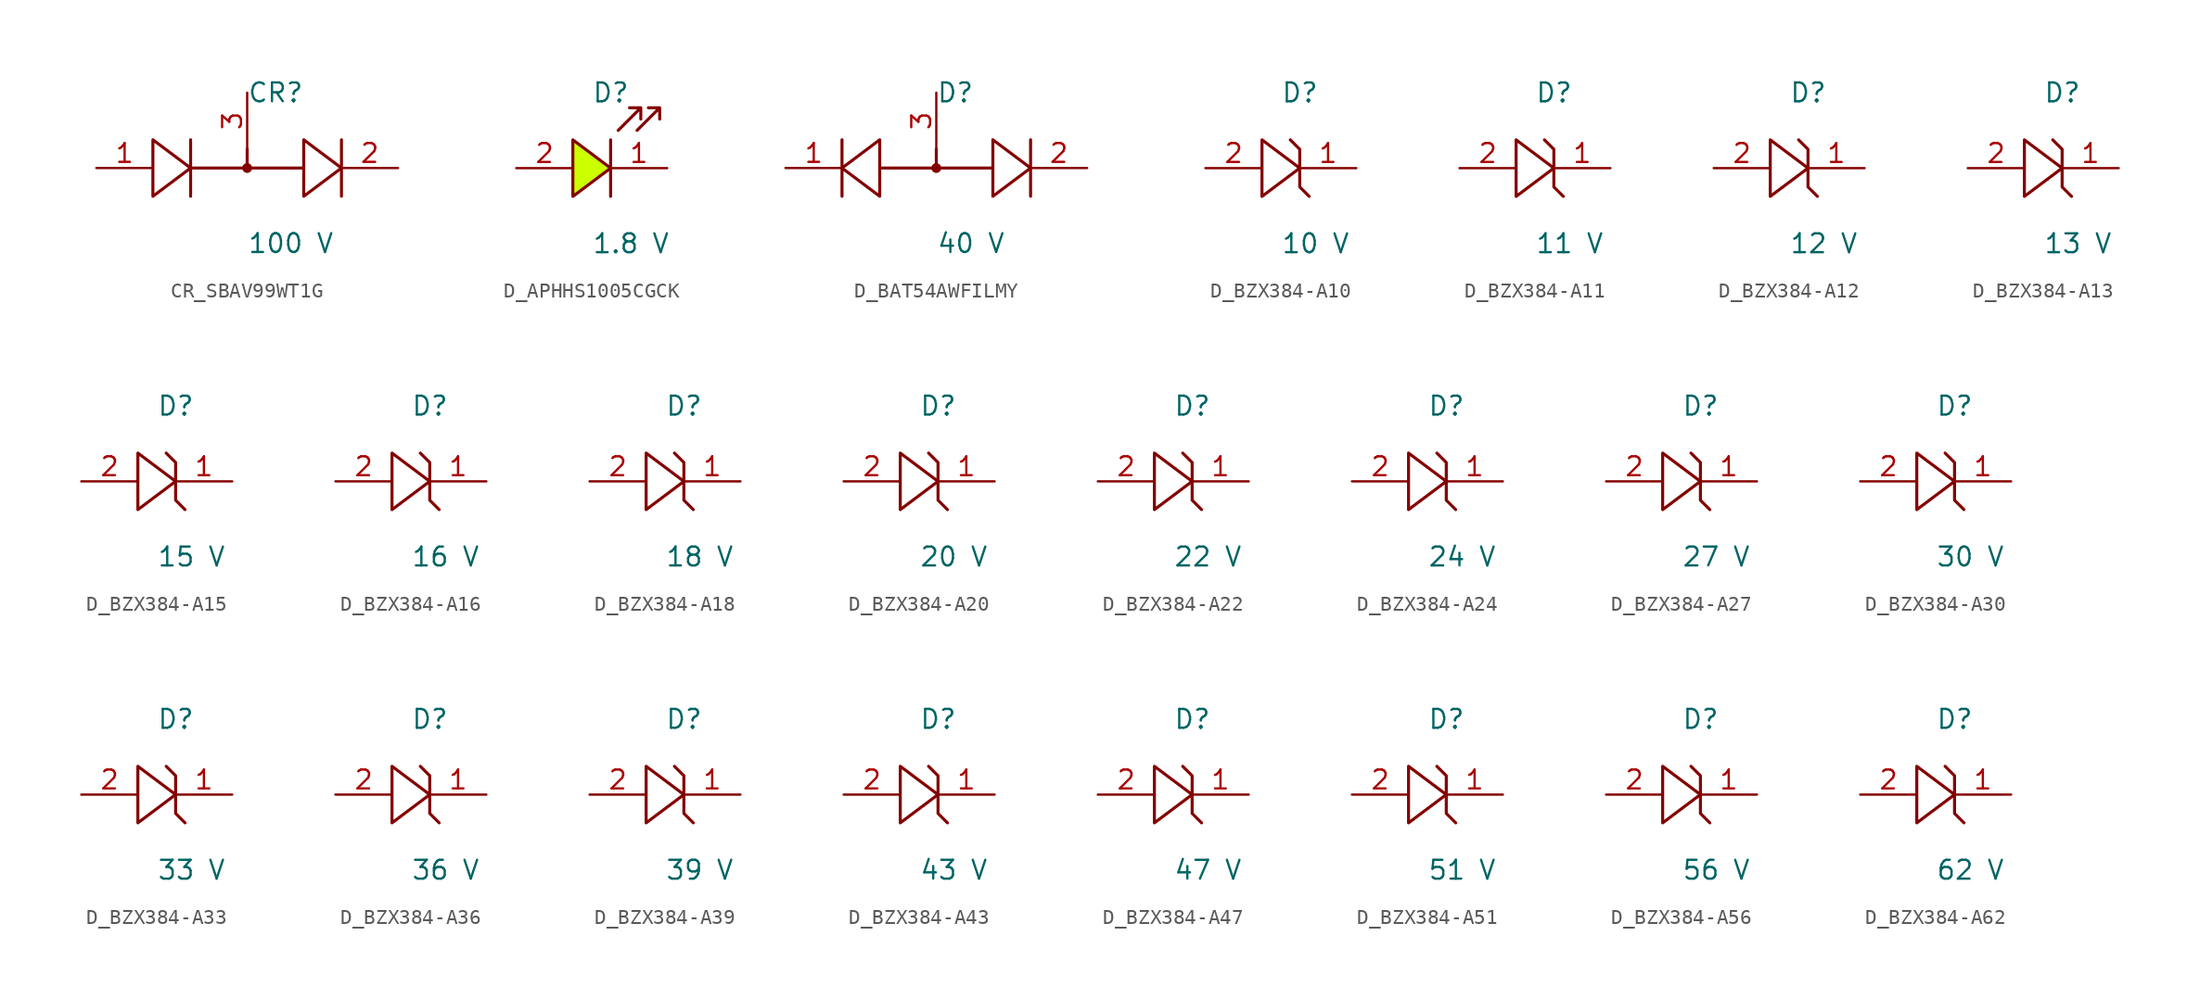
<source format=kicad_sym>
(kicad_symbol_lib
  (version 20231120)
  (generator kicad_symbol_editor)
  (generator_version 8.0)
  (symbol "CR_SBAV99WT1G"
    (pin_names
      (offset 0.254))
    (property "Reference" "CR"
      (at 0.0 5.08 0)
      (effects (font (size 1.27 1.27)) (justify left)))
    (property "Value" "100 V"
      (at 0.0 -5.08 0)
      (effects (font (size 1.27 1.27)) (justify left)))
    (symbol "CR_SBAV99WT1G_1_0"
      (polyline (pts (xy 6.35 1.905) (xy 6.35 0) (xy 3.81 1.905) (xy 3.81 0) (xy 0 0) (xy 0 1.27) (xy 0 0) (xy -3.81 0) (xy -3.81 1.905) (xy -3.81 0) (xy -6.35 1.905) (xy -6.35 -1.905) (xy -3.81 0) (xy -3.81 -1.905) (xy -3.81 0) (xy 3.81 0) (xy 3.81 -1.905) (xy 6.35 0) (xy 6.35 -1.905)) (stroke (width 0.203) (type default)) (fill (type none)))
      (circle (center 0 0) (radius 0.254) (stroke (width 0) (type default)) (fill (type outline)))
      (pin unspecified line (at -10.16 0 0) (length 3.81) (name "" (effects (font (size 1.27 1.27)))) (number "1" (effects (font (size 1.27 1.27)))))
      (pin unspecified line (at 10.16 0 180) (length 3.81) (name "" (effects (font (size 1.27 1.27)))) (number "2" (effects (font (size 1.27 1.27)))))
      (pin unspecified line (at 0 5.08 270) (length 3.81) (name "" (effects (font (size 1.27 1.27)))) (number "3" (effects (font (size 1.27 1.27)))))))
  (symbol "D_APHHS1005CGCK"
    (pin_names
      (offset 0.254))
    (property "Reference" "D"
      (at 0.0 5.08 0)
      (effects (font (size 1.27 1.27)) (justify left)))
    (property "Value" "1.8 V"
      (at 0.0 -5.08 0)
      (effects (font (size 1.27 1.27)) (justify left)))
    (symbol "D_APHHS1005CGCK_1_0"
      (polyline (pts (xy 1.27 1.905) (xy 1.27 0) (xy -1.27 1.905) (xy -1.27 -1.905) (xy 1.27 0) (xy 1.27 -1.905)) (stroke (width 0.203) (type default)) (fill (type color) (color 204 255 0 1)))
      (polyline (pts (xy 1.778 2.54) (xy 3.302 4.064) (xy 2.54 4.064) (xy 3.302 4.064) (xy 3.302 3.302)) (stroke (width 0.203) (type default)) (fill (type none)))
      (polyline (pts (xy 3.048 2.54) (xy 4.572 4.064) (xy 3.81 4.064) (xy 4.572 4.064) (xy 4.572 3.302)) (stroke (width 0.203) (type default)) (fill (type none)))
      (pin unspecified line (at 5.08 0 180) (length 3.81) (name "" (effects (font (size 1.27 1.27)))) (number "1" (effects (font (size 1.27 1.27)))))
      (pin unspecified line (at -5.08 0 0) (length 3.81) (name "" (effects (font (size 1.27 1.27)))) (number "2" (effects (font (size 1.27 1.27)))))))
  (symbol "D_BAT54AWFILMY"
    (pin_names
      (offset 0.254))
    (property "Reference" "D"
      (at 0.0 5.08 0)
      (effects (font (size 1.27 1.27)) (justify left)))
    (property "Value" "40 V"
      (at 0.0 -5.08 0)
      (effects (font (size 1.27 1.27)) (justify left)))
    (symbol "D_BAT54AWFILMY_1_0"
      (polyline (pts (xy 6.35 1.905) (xy 6.35 0) (xy 3.81 1.905) (xy 3.81 0) (xy 0 0) (xy 0 1.27) (xy 0 0) (xy -3.81 0) (xy -3.81 1.905) (xy -6.35 0) (xy -6.35 1.905) (xy -6.35 -1.905) (xy -6.35 0) (xy -3.81 -1.905) (xy -3.81 0) (xy 3.81 0) (xy 3.81 -1.905) (xy 6.35 0) (xy 6.35 -1.905)) (stroke (width 0.203) (type default)) (fill (type none)))
      (circle (center 0 0) (radius 0.254) (stroke (width 0) (type default)) (fill (type outline)))
      (pin unspecified line (at -10.16 0 0) (length 3.81) (name "" (effects (font (size 1.27 1.27)))) (number "1" (effects (font (size 1.27 1.27)))))
      (pin unspecified line (at 10.16 0 180) (length 3.81) (name "" (effects (font (size 1.27 1.27)))) (number "2" (effects (font (size 1.27 1.27)))))
      (pin unspecified line (at 0 5.08 270) (length 3.81) (name "" (effects (font (size 1.27 1.27)))) (number "3" (effects (font (size 1.27 1.27)))))))
  (symbol "D_BZX384-A10"
    (pin_names
      (offset 0.254))
    (property "Reference" "D"
      (at 0.0 5.08 0)
      (effects (font (size 1.27 1.27)) (justify left)))
    (property "Value" "10 V"
      (at 0.0 -5.08 0)
      (effects (font (size 1.27 1.27)) (justify left)))
    (symbol "D_BZX384-A10_1_0"
      (polyline (pts (xy 0.635 1.905) (xy 1.27 1.27) (xy 1.27 0) (xy -1.27 1.905) (xy -1.27 -1.905) (xy 1.27 0) (xy 1.27 -1.27) (xy 1.905 -1.905)) (stroke (width 0.203) (type default)) (fill (type none)))
      (pin unspecified line (at 5.08 0 180) (length 3.81) (name "" (effects (font (size 1.27 1.27)))) (number "1" (effects (font (size 1.27 1.27)))))
      (pin unspecified line (at -5.08 0 0) (length 3.81) (name "" (effects (font (size 1.27 1.27)))) (number "2" (effects (font (size 1.27 1.27)))))))
  (symbol "D_BZX384-A11"
    (pin_names
      (offset 0.254))
    (property "Reference" "D"
      (at 0.0 5.08 0)
      (effects (font (size 1.27 1.27)) (justify left)))
    (property "Value" "11 V"
      (at 0.0 -5.08 0)
      (effects (font (size 1.27 1.27)) (justify left)))
    (symbol "D_BZX384-A11_1_0"
      (polyline (pts (xy 0.635 1.905) (xy 1.27 1.27) (xy 1.27 0) (xy -1.27 1.905) (xy -1.27 -1.905) (xy 1.27 0) (xy 1.27 -1.27) (xy 1.905 -1.905)) (stroke (width 0.203) (type default)) (fill (type none)))
      (pin unspecified line (at 5.08 0 180) (length 3.81) (name "" (effects (font (size 1.27 1.27)))) (number "1" (effects (font (size 1.27 1.27)))))
      (pin unspecified line (at -5.08 0 0) (length 3.81) (name "" (effects (font (size 1.27 1.27)))) (number "2" (effects (font (size 1.27 1.27)))))))
  (symbol "D_BZX384-A12"
    (pin_names
      (offset 0.254))
    (property "Reference" "D"
      (at 0.0 5.08 0)
      (effects (font (size 1.27 1.27)) (justify left)))
    (property "Value" "12 V"
      (at 0.0 -5.08 0)
      (effects (font (size 1.27 1.27)) (justify left)))
    (symbol "D_BZX384-A12_1_0"
      (polyline (pts (xy 0.635 1.905) (xy 1.27 1.27) (xy 1.27 0) (xy -1.27 1.905) (xy -1.27 -1.905) (xy 1.27 0) (xy 1.27 -1.27) (xy 1.905 -1.905)) (stroke (width 0.203) (type default)) (fill (type none)))
      (pin unspecified line (at 5.08 0 180) (length 3.81) (name "" (effects (font (size 1.27 1.27)))) (number "1" (effects (font (size 1.27 1.27)))))
      (pin unspecified line (at -5.08 0 0) (length 3.81) (name "" (effects (font (size 1.27 1.27)))) (number "2" (effects (font (size 1.27 1.27)))))))
  (symbol "D_BZX384-A13"
    (pin_names
      (offset 0.254))
    (property "Reference" "D"
      (at 0.0 5.08 0)
      (effects (font (size 1.27 1.27)) (justify left)))
    (property "Value" "13 V"
      (at 0.0 -5.08 0)
      (effects (font (size 1.27 1.27)) (justify left)))
    (symbol "D_BZX384-A13_1_0"
      (polyline (pts (xy 0.635 1.905) (xy 1.27 1.27) (xy 1.27 0) (xy -1.27 1.905) (xy -1.27 -1.905) (xy 1.27 0) (xy 1.27 -1.27) (xy 1.905 -1.905)) (stroke (width 0.203) (type default)) (fill (type none)))
      (pin unspecified line (at 5.08 0 180) (length 3.81) (name "" (effects (font (size 1.27 1.27)))) (number "1" (effects (font (size 1.27 1.27)))))
      (pin unspecified line (at -5.08 0 0) (length 3.81) (name "" (effects (font (size 1.27 1.27)))) (number "2" (effects (font (size 1.27 1.27)))))))
  (symbol "D_BZX384-A15"
    (pin_names
      (offset 0.254))
    (property "Reference" "D"
      (at 0.0 5.08 0)
      (effects (font (size 1.27 1.27)) (justify left)))
    (property "Value" "15 V"
      (at 0.0 -5.08 0)
      (effects (font (size 1.27 1.27)) (justify left)))
    (symbol "D_BZX384-A15_1_0"
      (polyline (pts (xy 0.635 1.905) (xy 1.27 1.27) (xy 1.27 0) (xy -1.27 1.905) (xy -1.27 -1.905) (xy 1.27 0) (xy 1.27 -1.27) (xy 1.905 -1.905)) (stroke (width 0.203) (type default)) (fill (type none)))
      (pin unspecified line (at 5.08 0 180) (length 3.81) (name "" (effects (font (size 1.27 1.27)))) (number "1" (effects (font (size 1.27 1.27)))))
      (pin unspecified line (at -5.08 0 0) (length 3.81) (name "" (effects (font (size 1.27 1.27)))) (number "2" (effects (font (size 1.27 1.27)))))))
  (symbol "D_BZX384-A16"
    (pin_names
      (offset 0.254))
    (property "Reference" "D"
      (at 0.0 5.08 0)
      (effects (font (size 1.27 1.27)) (justify left)))
    (property "Value" "16 V"
      (at 0.0 -5.08 0)
      (effects (font (size 1.27 1.27)) (justify left)))
    (symbol "D_BZX384-A16_1_0"
      (polyline (pts (xy 0.635 1.905) (xy 1.27 1.27) (xy 1.27 0) (xy -1.27 1.905) (xy -1.27 -1.905) (xy 1.27 0) (xy 1.27 -1.27) (xy 1.905 -1.905)) (stroke (width 0.203) (type default)) (fill (type none)))
      (pin unspecified line (at 5.08 0 180) (length 3.81) (name "" (effects (font (size 1.27 1.27)))) (number "1" (effects (font (size 1.27 1.27)))))
      (pin unspecified line (at -5.08 0 0) (length 3.81) (name "" (effects (font (size 1.27 1.27)))) (number "2" (effects (font (size 1.27 1.27)))))))
  (symbol "D_BZX384-A18"
    (pin_names
      (offset 0.254))
    (property "Reference" "D"
      (at 0.0 5.08 0)
      (effects (font (size 1.27 1.27)) (justify left)))
    (property "Value" "18 V"
      (at 0.0 -5.08 0)
      (effects (font (size 1.27 1.27)) (justify left)))
    (symbol "D_BZX384-A18_1_0"
      (polyline (pts (xy 0.635 1.905) (xy 1.27 1.27) (xy 1.27 0) (xy -1.27 1.905) (xy -1.27 -1.905) (xy 1.27 0) (xy 1.27 -1.27) (xy 1.905 -1.905)) (stroke (width 0.203) (type default)) (fill (type none)))
      (pin unspecified line (at 5.08 0 180) (length 3.81) (name "" (effects (font (size 1.27 1.27)))) (number "1" (effects (font (size 1.27 1.27)))))
      (pin unspecified line (at -5.08 0 0) (length 3.81) (name "" (effects (font (size 1.27 1.27)))) (number "2" (effects (font (size 1.27 1.27)))))))
  (symbol "D_BZX384-A20"
    (pin_names
      (offset 0.254))
    (property "Reference" "D"
      (at 0.0 5.08 0)
      (effects (font (size 1.27 1.27)) (justify left)))
    (property "Value" "20 V"
      (at 0.0 -5.08 0)
      (effects (font (size 1.27 1.27)) (justify left)))
    (symbol "D_BZX384-A20_1_0"
      (polyline (pts (xy 0.635 1.905) (xy 1.27 1.27) (xy 1.27 0) (xy -1.27 1.905) (xy -1.27 -1.905) (xy 1.27 0) (xy 1.27 -1.27) (xy 1.905 -1.905)) (stroke (width 0.203) (type default)) (fill (type none)))
      (pin unspecified line (at 5.08 0 180) (length 3.81) (name "" (effects (font (size 1.27 1.27)))) (number "1" (effects (font (size 1.27 1.27)))))
      (pin unspecified line (at -5.08 0 0) (length 3.81) (name "" (effects (font (size 1.27 1.27)))) (number "2" (effects (font (size 1.27 1.27)))))))
  (symbol "D_BZX384-A22"
    (pin_names
      (offset 0.254))
    (property "Reference" "D"
      (at 0.0 5.08 0)
      (effects (font (size 1.27 1.27)) (justify left)))
    (property "Value" "22 V"
      (at 0.0 -5.08 0)
      (effects (font (size 1.27 1.27)) (justify left)))
    (symbol "D_BZX384-A22_1_0"
      (polyline (pts (xy 0.635 1.905) (xy 1.27 1.27) (xy 1.27 0) (xy -1.27 1.905) (xy -1.27 -1.905) (xy 1.27 0) (xy 1.27 -1.27) (xy 1.905 -1.905)) (stroke (width 0.203) (type default)) (fill (type none)))
      (pin unspecified line (at 5.08 0 180) (length 3.81) (name "" (effects (font (size 1.27 1.27)))) (number "1" (effects (font (size 1.27 1.27)))))
      (pin unspecified line (at -5.08 0 0) (length 3.81) (name "" (effects (font (size 1.27 1.27)))) (number "2" (effects (font (size 1.27 1.27)))))))
  (symbol "D_BZX384-A24"
    (pin_names
      (offset 0.254))
    (property "Reference" "D"
      (at 0.0 5.08 0)
      (effects (font (size 1.27 1.27)) (justify left)))
    (property "Value" "24 V"
      (at 0.0 -5.08 0)
      (effects (font (size 1.27 1.27)) (justify left)))
    (symbol "D_BZX384-A24_1_0"
      (polyline (pts (xy 0.635 1.905) (xy 1.27 1.27) (xy 1.27 0) (xy -1.27 1.905) (xy -1.27 -1.905) (xy 1.27 0) (xy 1.27 -1.27) (xy 1.905 -1.905)) (stroke (width 0.203) (type default)) (fill (type none)))
      (pin unspecified line (at 5.08 0 180) (length 3.81) (name "" (effects (font (size 1.27 1.27)))) (number "1" (effects (font (size 1.27 1.27)))))
      (pin unspecified line (at -5.08 0 0) (length 3.81) (name "" (effects (font (size 1.27 1.27)))) (number "2" (effects (font (size 1.27 1.27)))))))
  (symbol "D_BZX384-A27"
    (pin_names
      (offset 0.254))
    (property "Reference" "D"
      (at 0.0 5.08 0)
      (effects (font (size 1.27 1.27)) (justify left)))
    (property "Value" "27 V"
      (at 0.0 -5.08 0)
      (effects (font (size 1.27 1.27)) (justify left)))
    (symbol "D_BZX384-A27_1_0"
      (polyline (pts (xy 0.635 1.905) (xy 1.27 1.27) (xy 1.27 0) (xy -1.27 1.905) (xy -1.27 -1.905) (xy 1.27 0) (xy 1.27 -1.27) (xy 1.905 -1.905)) (stroke (width 0.203) (type default)) (fill (type none)))
      (pin unspecified line (at 5.08 0 180) (length 3.81) (name "" (effects (font (size 1.27 1.27)))) (number "1" (effects (font (size 1.27 1.27)))))
      (pin unspecified line (at -5.08 0 0) (length 3.81) (name "" (effects (font (size 1.27 1.27)))) (number "2" (effects (font (size 1.27 1.27)))))))
  (symbol "D_BZX384-A30"
    (pin_names
      (offset 0.254))
    (property "Reference" "D"
      (at 0.0 5.08 0)
      (effects (font (size 1.27 1.27)) (justify left)))
    (property "Value" "30 V"
      (at 0.0 -5.08 0)
      (effects (font (size 1.27 1.27)) (justify left)))
    (symbol "D_BZX384-A30_1_0"
      (polyline (pts (xy 0.635 1.905) (xy 1.27 1.27) (xy 1.27 0) (xy -1.27 1.905) (xy -1.27 -1.905) (xy 1.27 0) (xy 1.27 -1.27) (xy 1.905 -1.905)) (stroke (width 0.203) (type default)) (fill (type none)))
      (pin unspecified line (at 5.08 0 180) (length 3.81) (name "" (effects (font (size 1.27 1.27)))) (number "1" (effects (font (size 1.27 1.27)))))
      (pin unspecified line (at -5.08 0 0) (length 3.81) (name "" (effects (font (size 1.27 1.27)))) (number "2" (effects (font (size 1.27 1.27)))))))
  (symbol "D_BZX384-A33"
    (pin_names
      (offset 0.254))
    (property "Reference" "D"
      (at 0.0 5.08 0)
      (effects (font (size 1.27 1.27)) (justify left)))
    (property "Value" "33 V"
      (at 0.0 -5.08 0)
      (effects (font (size 1.27 1.27)) (justify left)))
    (symbol "D_BZX384-A33_1_0"
      (polyline (pts (xy 0.635 1.905) (xy 1.27 1.27) (xy 1.27 0) (xy -1.27 1.905) (xy -1.27 -1.905) (xy 1.27 0) (xy 1.27 -1.27) (xy 1.905 -1.905)) (stroke (width 0.203) (type default)) (fill (type none)))
      (pin unspecified line (at 5.08 0 180) (length 3.81) (name "" (effects (font (size 1.27 1.27)))) (number "1" (effects (font (size 1.27 1.27)))))
      (pin unspecified line (at -5.08 0 0) (length 3.81) (name "" (effects (font (size 1.27 1.27)))) (number "2" (effects (font (size 1.27 1.27)))))))
  (symbol "D_BZX384-A36"
    (pin_names
      (offset 0.254))
    (property "Reference" "D"
      (at 0.0 5.08 0)
      (effects (font (size 1.27 1.27)) (justify left)))
    (property "Value" "36 V"
      (at 0.0 -5.08 0)
      (effects (font (size 1.27 1.27)) (justify left)))
    (symbol "D_BZX384-A36_1_0"
      (polyline (pts (xy 0.635 1.905) (xy 1.27 1.27) (xy 1.27 0) (xy -1.27 1.905) (xy -1.27 -1.905) (xy 1.27 0) (xy 1.27 -1.27) (xy 1.905 -1.905)) (stroke (width 0.203) (type default)) (fill (type none)))
      (pin unspecified line (at 5.08 0 180) (length 3.81) (name "" (effects (font (size 1.27 1.27)))) (number "1" (effects (font (size 1.27 1.27)))))
      (pin unspecified line (at -5.08 0 0) (length 3.81) (name "" (effects (font (size 1.27 1.27)))) (number "2" (effects (font (size 1.27 1.27)))))))
  (symbol "D_BZX384-A39"
    (pin_names
      (offset 0.254))
    (property "Reference" "D"
      (at 0.0 5.08 0)
      (effects (font (size 1.27 1.27)) (justify left)))
    (property "Value" "39 V"
      (at 0.0 -5.08 0)
      (effects (font (size 1.27 1.27)) (justify left)))
    (symbol "D_BZX384-A39_1_0"
      (polyline (pts (xy 0.635 1.905) (xy 1.27 1.27) (xy 1.27 0) (xy -1.27 1.905) (xy -1.27 -1.905) (xy 1.27 0) (xy 1.27 -1.27) (xy 1.905 -1.905)) (stroke (width 0.203) (type default)) (fill (type none)))
      (pin unspecified line (at 5.08 0 180) (length 3.81) (name "" (effects (font (size 1.27 1.27)))) (number "1" (effects (font (size 1.27 1.27)))))
      (pin unspecified line (at -5.08 0 0) (length 3.81) (name "" (effects (font (size 1.27 1.27)))) (number "2" (effects (font (size 1.27 1.27)))))))
  (symbol "D_BZX384-A43"
    (pin_names
      (offset 0.254))
    (property "Reference" "D"
      (at 0.0 5.08 0)
      (effects (font (size 1.27 1.27)) (justify left)))
    (property "Value" "43 V"
      (at 0.0 -5.08 0)
      (effects (font (size 1.27 1.27)) (justify left)))
    (symbol "D_BZX384-A43_1_0"
      (polyline (pts (xy 0.635 1.905) (xy 1.27 1.27) (xy 1.27 0) (xy -1.27 1.905) (xy -1.27 -1.905) (xy 1.27 0) (xy 1.27 -1.27) (xy 1.905 -1.905)) (stroke (width 0.203) (type default)) (fill (type none)))
      (pin unspecified line (at 5.08 0 180) (length 3.81) (name "" (effects (font (size 1.27 1.27)))) (number "1" (effects (font (size 1.27 1.27)))))
      (pin unspecified line (at -5.08 0 0) (length 3.81) (name "" (effects (font (size 1.27 1.27)))) (number "2" (effects (font (size 1.27 1.27)))))))
  (symbol "D_BZX384-A47"
    (pin_names
      (offset 0.254))
    (property "Reference" "D"
      (at 0.0 5.08 0)
      (effects (font (size 1.27 1.27)) (justify left)))
    (property "Value" "47 V"
      (at 0.0 -5.08 0)
      (effects (font (size 1.27 1.27)) (justify left)))
    (symbol "D_BZX384-A47_1_0"
      (polyline (pts (xy 0.635 1.905) (xy 1.27 1.27) (xy 1.27 0) (xy -1.27 1.905) (xy -1.27 -1.905) (xy 1.27 0) (xy 1.27 -1.27) (xy 1.905 -1.905)) (stroke (width 0.203) (type default)) (fill (type none)))
      (pin unspecified line (at 5.08 0 180) (length 3.81) (name "" (effects (font (size 1.27 1.27)))) (number "1" (effects (font (size 1.27 1.27)))))
      (pin unspecified line (at -5.08 0 0) (length 3.81) (name "" (effects (font (size 1.27 1.27)))) (number "2" (effects (font (size 1.27 1.27)))))))
  (symbol "D_BZX384-A51"
    (pin_names
      (offset 0.254))
    (property "Reference" "D"
      (at 0.0 5.08 0)
      (effects (font (size 1.27 1.27)) (justify left)))
    (property "Value" "51 V"
      (at 0.0 -5.08 0)
      (effects (font (size 1.27 1.27)) (justify left)))
    (symbol "D_BZX384-A51_1_0"
      (polyline (pts (xy 0.635 1.905) (xy 1.27 1.27) (xy 1.27 0) (xy -1.27 1.905) (xy -1.27 -1.905) (xy 1.27 0) (xy 1.27 -1.27) (xy 1.905 -1.905)) (stroke (width 0.203) (type default)) (fill (type none)))
      (pin unspecified line (at 5.08 0 180) (length 3.81) (name "" (effects (font (size 1.27 1.27)))) (number "1" (effects (font (size 1.27 1.27)))))
      (pin unspecified line (at -5.08 0 0) (length 3.81) (name "" (effects (font (size 1.27 1.27)))) (number "2" (effects (font (size 1.27 1.27)))))))
  (symbol "D_BZX384-A56"
    (pin_names
      (offset 0.254))
    (property "Reference" "D"
      (at 0.0 5.08 0)
      (effects (font (size 1.27 1.27)) (justify left)))
    (property "Value" "56 V"
      (at 0.0 -5.08 0)
      (effects (font (size 1.27 1.27)) (justify left)))
    (symbol "D_BZX384-A56_1_0"
      (polyline (pts (xy 0.635 1.905) (xy 1.27 1.27) (xy 1.27 0) (xy -1.27 1.905) (xy -1.27 -1.905) (xy 1.27 0) (xy 1.27 -1.27) (xy 1.905 -1.905)) (stroke (width 0.203) (type default)) (fill (type none)))
      (pin unspecified line (at 5.08 0 180) (length 3.81) (name "" (effects (font (size 1.27 1.27)))) (number "1" (effects (font (size 1.27 1.27)))))
      (pin unspecified line (at -5.08 0 0) (length 3.81) (name "" (effects (font (size 1.27 1.27)))) (number "2" (effects (font (size 1.27 1.27)))))))
  (symbol "D_BZX384-A62"
    (pin_names
      (offset 0.254))
    (property "Reference" "D"
      (at 0.0 5.08 0)
      (effects (font (size 1.27 1.27)) (justify left)))
    (property "Value" "62 V"
      (at 0.0 -5.08 0)
      (effects (font (size 1.27 1.27)) (justify left)))
    (symbol "D_BZX384-A62_1_0"
      (polyline (pts (xy 0.635 1.905) (xy 1.27 1.27) (xy 1.27 0) (xy -1.27 1.905) (xy -1.27 -1.905) (xy 1.27 0) (xy 1.27 -1.27) (xy 1.905 -1.905)) (stroke (width 0.203) (type default)) (fill (type none)))
      (pin unspecified line (at 5.08 0 180) (length 3.81) (name "" (effects (font (size 1.27 1.27)))) (number "1" (effects (font (size 1.27 1.27)))))
      (pin unspecified line (at -5.08 0 0) (length 3.81) (name "" (effects (font (size 1.27 1.27)))) (number "2" (effects (font (size 1.27 1.27))))))))
</source>
